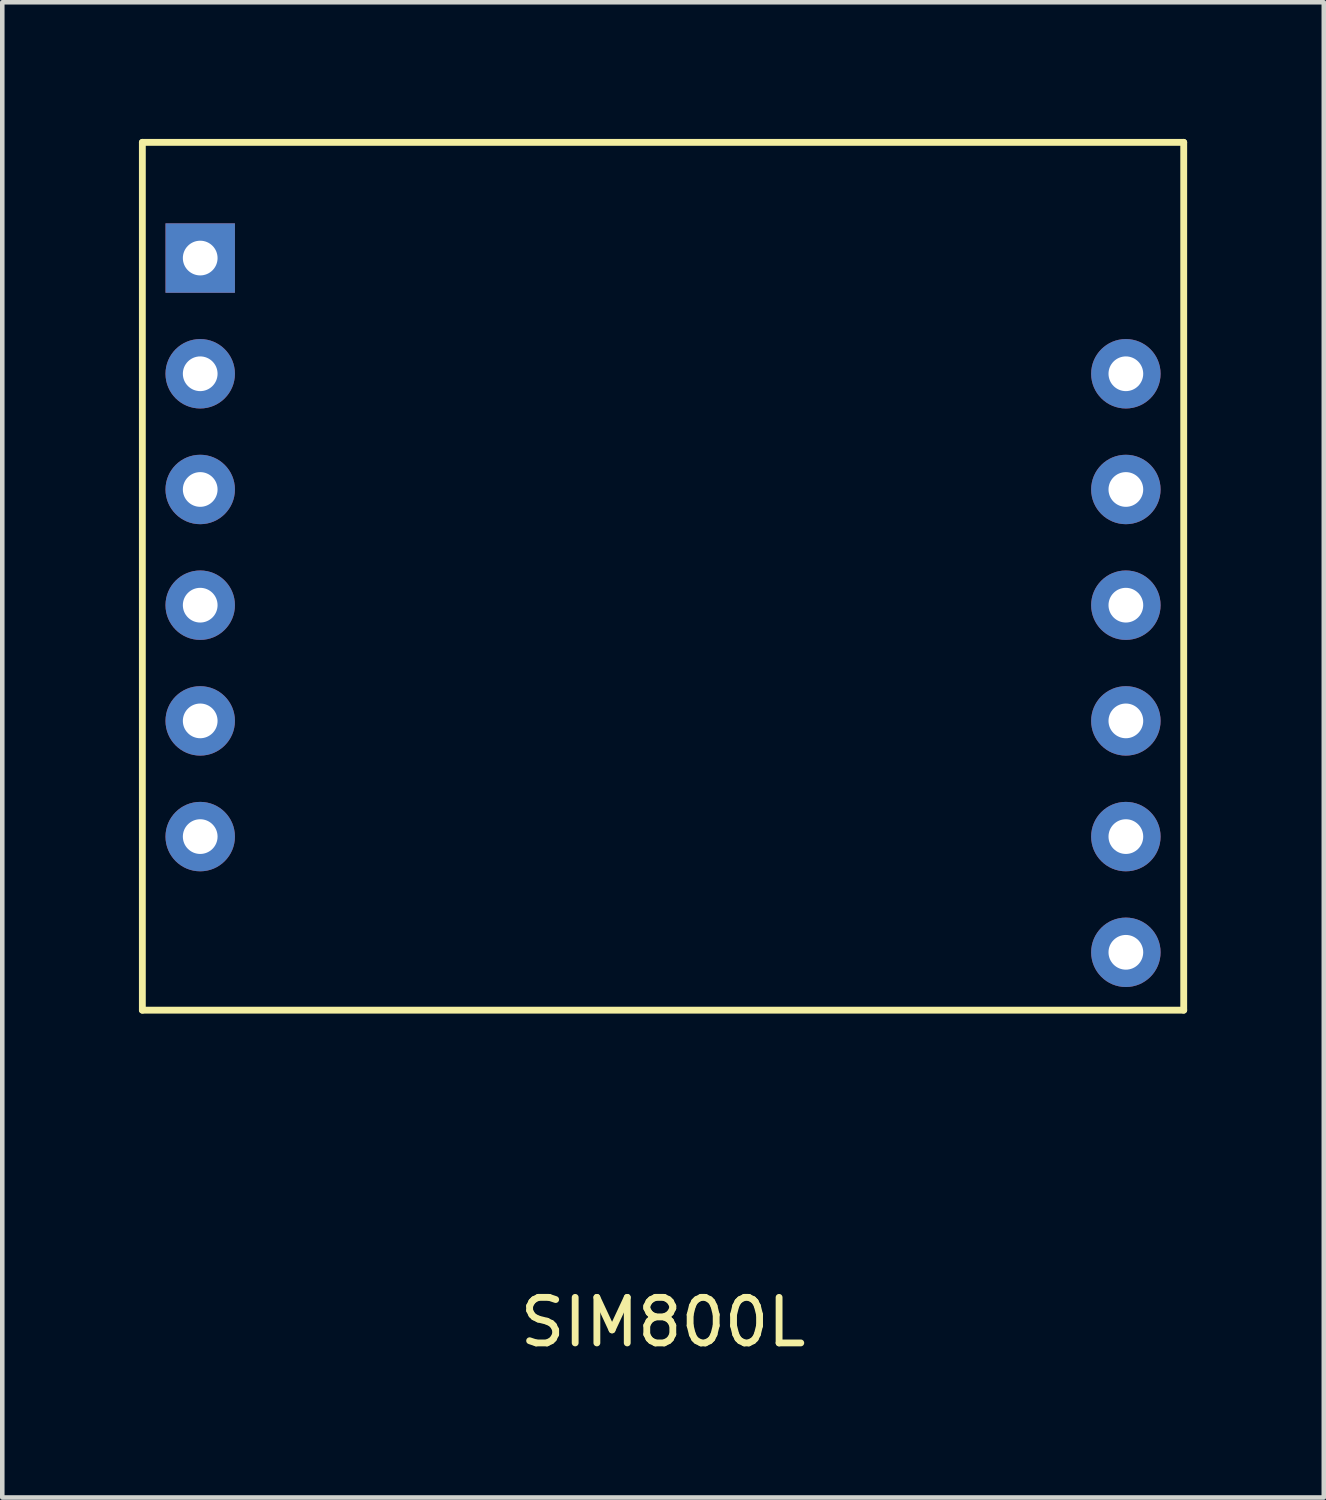
<source format=kicad_pcb>
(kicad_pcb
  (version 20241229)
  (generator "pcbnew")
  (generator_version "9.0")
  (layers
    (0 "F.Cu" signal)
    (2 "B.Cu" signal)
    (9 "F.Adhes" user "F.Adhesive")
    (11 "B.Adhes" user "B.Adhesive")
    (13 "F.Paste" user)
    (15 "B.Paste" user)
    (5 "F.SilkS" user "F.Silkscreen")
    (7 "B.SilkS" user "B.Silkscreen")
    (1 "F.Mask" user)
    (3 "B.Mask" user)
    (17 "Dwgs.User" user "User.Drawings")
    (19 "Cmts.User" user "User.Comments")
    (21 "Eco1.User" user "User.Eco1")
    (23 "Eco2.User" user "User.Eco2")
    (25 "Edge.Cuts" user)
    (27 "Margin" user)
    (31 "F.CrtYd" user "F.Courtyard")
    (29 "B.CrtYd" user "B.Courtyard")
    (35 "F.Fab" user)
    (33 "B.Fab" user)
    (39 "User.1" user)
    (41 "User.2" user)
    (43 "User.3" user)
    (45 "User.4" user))
  (footprint "SIM800L"
    (layer "F.Cu")
    (at 11.505 25.475)
    (property "Reference" "SIM800L" (at 0 0.5 0) (layer "F.SilkS") (effects (font (size 1 1) (thickness 0.15))))
    (attr through_hole)
    (fp_line (start -11.43 -25.4) (end -11.43 -6.35) (stroke (width 0.15) (type solid)) (layer "F.SilkS"))
    (fp_line (start -11.43 -6.35) (end 11.43 -6.35) (stroke (width 0.15) (type solid)) (layer "F.SilkS"))
    (fp_line (start 11.43 -25.4) (end -11.43 -25.4) (stroke (width 0.15) (type solid)) (layer "F.SilkS"))
    (fp_line (start 11.43 -6.35) (end 11.43 -25.4) (stroke (width 0.15) (type solid)) (layer "F.SilkS"))
    (pad "1" thru_hole rect (at -10.16 -22.86) (size 1.524 1.524) (drill 0.762) (layers "*.Cu" "*.Mask"))
    (pad "2" thru_hole circle (at -10.16 -20.32) (size 1.524 1.524) (drill 0.762) (layers "*.Cu" "*.Mask"))
    (pad "3" thru_hole circle (at -10.16 -17.78) (size 1.524 1.524) (drill 0.762) (layers "*.Cu" "*.Mask"))
    (pad "4" thru_hole circle (at -10.16 -15.24) (size 1.524 1.524) (drill 0.762) (layers "*.Cu" "*.Mask"))
    (pad "5" thru_hole circle (at -10.16 -12.7) (size 1.524 1.524) (drill 0.762) (layers "*.Cu" "*.Mask"))
    (pad "6" thru_hole circle (at -10.16 -10.16) (size 1.524 1.524) (drill 0.762) (layers "*.Cu" "*.Mask"))
    (pad "7" thru_hole circle (at 10.16 -7.62) (size 1.524 1.524) (drill 0.762) (layers "*.Cu" "*.Mask"))
    (pad "8" thru_hole circle (at 10.16 -10.16) (size 1.524 1.524) (drill 0.762) (layers "*.Cu" "*.Mask"))
    (pad "9" thru_hole circle (at 10.16 -12.7) (size 1.524 1.524) (drill 0.762) (layers "*.Cu" "*.Mask"))
    (pad "10" thru_hole circle (at 10.16 -15.24) (size 1.524 1.524) (drill 0.762) (layers "*.Cu" "*.Mask"))
    (pad "11" thru_hole circle (at 10.16 -17.78) (size 1.524 1.524) (drill 0.762) (layers "*.Cu" "*.Mask"))
    (pad "12" thru_hole circle (at 10.16 -20.32) (size 1.524 1.524) (drill 0.762) (layers "*.Cu" "*.Mask")))
  (gr_rect
    (start -3 -3)
    (end 26.01 29.823)
    (stroke (width 0.1) (type default))
    (fill no)
    (layer "Edge.Cuts")))
</source>
